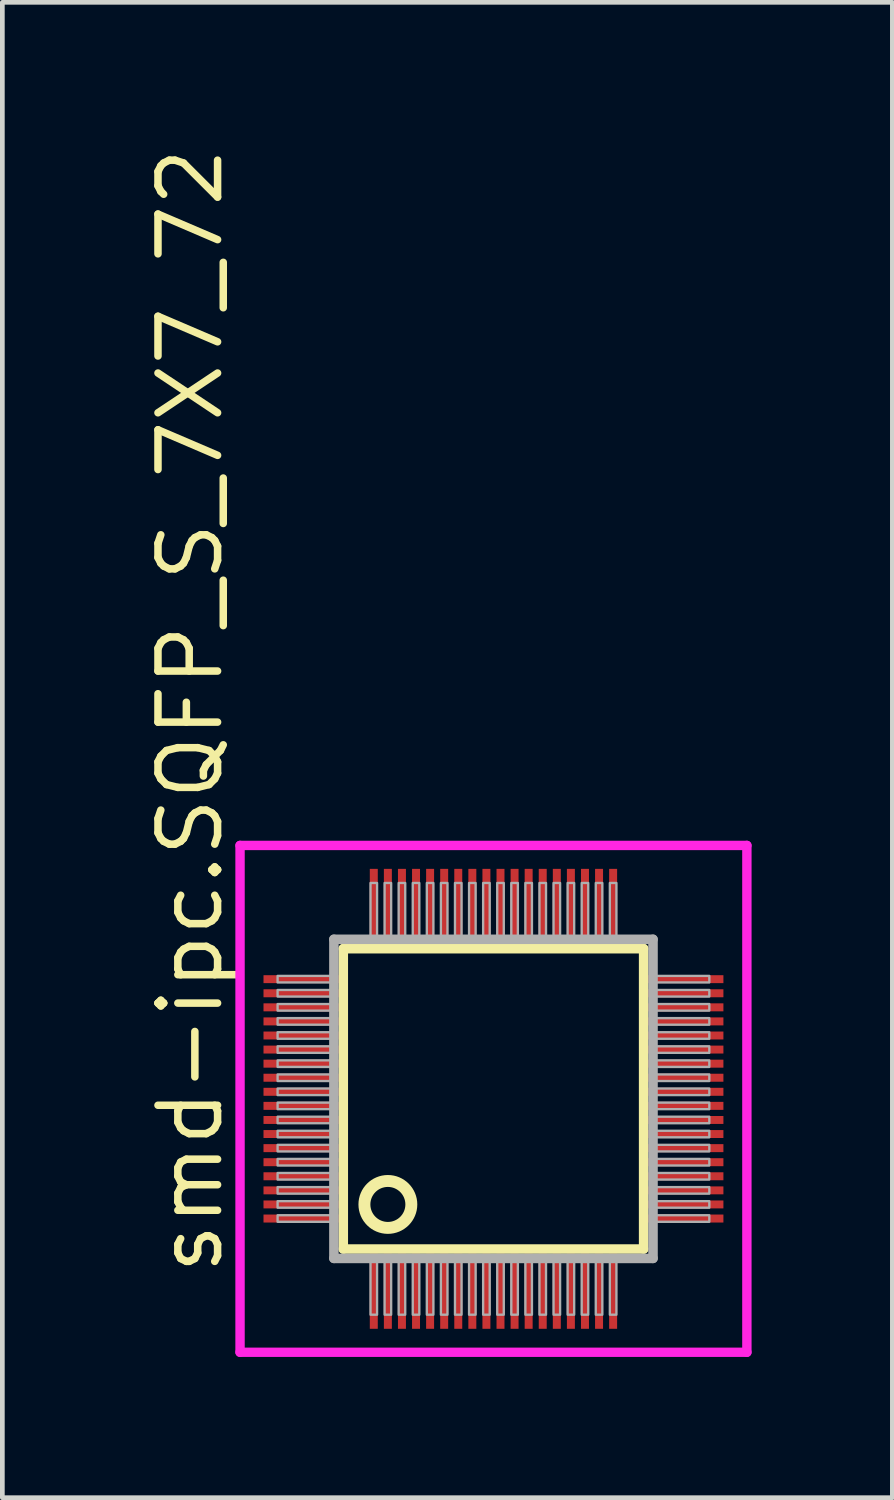
<source format=kicad_pcb>
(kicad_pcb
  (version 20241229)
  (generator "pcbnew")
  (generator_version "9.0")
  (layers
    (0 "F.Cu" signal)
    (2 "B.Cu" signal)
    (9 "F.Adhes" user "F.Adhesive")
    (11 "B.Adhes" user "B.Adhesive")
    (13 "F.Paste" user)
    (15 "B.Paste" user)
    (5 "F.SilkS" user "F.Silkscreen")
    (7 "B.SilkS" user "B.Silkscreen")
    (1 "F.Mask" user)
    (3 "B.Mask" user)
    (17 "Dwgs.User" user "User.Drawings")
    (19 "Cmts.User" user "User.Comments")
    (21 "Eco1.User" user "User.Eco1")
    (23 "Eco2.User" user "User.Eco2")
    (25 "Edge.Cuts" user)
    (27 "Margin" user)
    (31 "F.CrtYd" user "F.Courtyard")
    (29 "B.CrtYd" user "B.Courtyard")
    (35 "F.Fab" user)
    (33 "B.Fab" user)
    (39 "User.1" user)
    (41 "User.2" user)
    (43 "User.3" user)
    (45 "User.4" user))
  (footprint "smd-ipc.SQFP_S_7X7_72"
    (layer "F.Cu")
    (at 7.465 20.365)
    (property "Reference" "smd-ipc.SQFP_S_7X7_72" (at -5.715 3.81 90) (layer "F.SilkS") (effects (font (size 1.27 1.27) (thickness 0.16)) (justify left bottom)))
    (attr smd)
    (fp_line (start -3.2 -3.2) (end 3.2 -3.2) (stroke (width 0.203) (type default)) (layer "F.SilkS"))
    (fp_line (start -3.2 3.2) (end -3.2 -3.2) (stroke (width 0.203) (type default)) (layer "F.SilkS"))
    (fp_line (start 3.2 -3.2) (end 3.2 3.2) (stroke (width 0.203) (type default)) (layer "F.SilkS"))
    (fp_line (start 3.2 3.2) (end -3.2 3.2) (stroke (width 0.203) (type default)) (layer "F.SilkS"))
    (fp_circle (center -2.25 2.25) (end -1.75 2.25) (stroke (width 0.254) (type default)) (fill no) (layer "F.SilkS"))
    (fp_line (start -5.4 -5.4) (end 5.4 -5.4) (stroke (width 0.2) (type default)) (layer "F.CrtYd"))
    (fp_line (start -5.4 5.4) (end -5.4 -5.4) (stroke (width 0.2) (type default)) (layer "F.CrtYd"))
    (fp_line (start 5.4 -5.4) (end 5.4 5.4) (stroke (width 0.2) (type default)) (layer "F.CrtYd"))
    (fp_line (start 5.4 5.4) (end -5.4 5.4) (stroke (width 0.2) (type default)) (layer "F.CrtYd"))
    (fp_line (start -3.4 -3.4) (end -3.4 3.4) (stroke (width 0.203) (type default)) (layer "F.Fab"))
    (fp_line (start -3.4 3.4) (end 3.4 3.4) (stroke (width 0.203) (type default)) (layer "F.Fab"))
    (fp_line (start 3.4 -3.4) (end -3.4 -3.4) (stroke (width 0.203) (type default)) (layer "F.Fab"))
    (fp_line (start 3.4 3.4) (end 3.4 -3.4) (stroke (width 0.203) (type default)) (layer "F.Fab"))
    (fp_rect (start -4.6 -2.48) (end -3.45 -2.62) (stroke (width 0.05) (type default)) (fill no) (layer "F.Fab"))
    (fp_rect (start -4.6 -2.18) (end -3.45 -2.32) (stroke (width 0.05) (type default)) (fill no) (layer "F.Fab"))
    (fp_rect (start -4.6 -1.88) (end -3.45 -2.02) (stroke (width 0.05) (type default)) (fill no) (layer "F.Fab"))
    (fp_rect (start -4.6 -1.58) (end -3.45 -1.72) (stroke (width 0.05) (type default)) (fill no) (layer "F.Fab"))
    (fp_rect (start -4.6 -1.28) (end -3.45 -1.42) (stroke (width 0.05) (type default)) (fill no) (layer "F.Fab"))
    (fp_rect (start -4.6 -0.98) (end -3.45 -1.12) (stroke (width 0.05) (type default)) (fill no) (layer "F.Fab"))
    (fp_rect (start -4.6 -0.68) (end -3.45 -0.82) (stroke (width 0.05) (type default)) (fill no) (layer "F.Fab"))
    (fp_rect (start -4.6 -0.38) (end -3.45 -0.52) (stroke (width 0.05) (type default)) (fill no) (layer "F.Fab"))
    (fp_rect (start -4.6 -0.08) (end -3.45 -0.22) (stroke (width 0.05) (type default)) (fill no) (layer "F.Fab"))
    (fp_rect (start -4.6 0.22) (end -3.45 0.08) (stroke (width 0.05) (type default)) (fill no) (layer "F.Fab"))
    (fp_rect (start -4.6 0.52) (end -3.45 0.38) (stroke (width 0.05) (type default)) (fill no) (layer "F.Fab"))
    (fp_rect (start -4.6 0.82) (end -3.45 0.68) (stroke (width 0.05) (type default)) (fill no) (layer "F.Fab"))
    (fp_rect (start -4.6 1.12) (end -3.45 0.98) (stroke (width 0.05) (type default)) (fill no) (layer "F.Fab"))
    (fp_rect (start -4.6 1.42) (end -3.45 1.28) (stroke (width 0.05) (type default)) (fill no) (layer "F.Fab"))
    (fp_rect (start -4.6 1.72) (end -3.45 1.58) (stroke (width 0.05) (type default)) (fill no) (layer "F.Fab"))
    (fp_rect (start -4.6 2.02) (end -3.45 1.88) (stroke (width 0.05) (type default)) (fill no) (layer "F.Fab"))
    (fp_rect (start -4.6 2.32) (end -3.45 2.18) (stroke (width 0.05) (type default)) (fill no) (layer "F.Fab"))
    (fp_rect (start -4.6 2.62) (end -3.45 2.48) (stroke (width 0.05) (type default)) (fill no) (layer "F.Fab"))
    (fp_rect (start -2.62 -3.45) (end -2.48 -4.6) (stroke (width 0.05) (type default)) (fill no) (layer "F.Fab"))
    (fp_rect (start -2.62 4.6) (end -2.48 3.45) (stroke (width 0.05) (type default)) (fill no) (layer "F.Fab"))
    (fp_rect (start -2.32 -3.45) (end -2.18 -4.6) (stroke (width 0.05) (type default)) (fill no) (layer "F.Fab"))
    (fp_rect (start -2.32 4.6) (end -2.18 3.45) (stroke (width 0.05) (type default)) (fill no) (layer "F.Fab"))
    (fp_rect (start -2.02 -3.45) (end -1.88 -4.6) (stroke (width 0.05) (type default)) (fill no) (layer "F.Fab"))
    (fp_rect (start -2.02 4.6) (end -1.88 3.45) (stroke (width 0.05) (type default)) (fill no) (layer "F.Fab"))
    (fp_rect (start -1.72 -3.45) (end -1.58 -4.6) (stroke (width 0.05) (type default)) (fill no) (layer "F.Fab"))
    (fp_rect (start -1.72 4.6) (end -1.58 3.45) (stroke (width 0.05) (type default)) (fill no) (layer "F.Fab"))
    (fp_rect (start -1.42 -3.45) (end -1.28 -4.6) (stroke (width 0.05) (type default)) (fill no) (layer "F.Fab"))
    (fp_rect (start -1.42 4.6) (end -1.28 3.45) (stroke (width 0.05) (type default)) (fill no) (layer "F.Fab"))
    (fp_rect (start -1.12 -3.45) (end -0.98 -4.6) (stroke (width 0.05) (type default)) (fill no) (layer "F.Fab"))
    (fp_rect (start -1.12 4.6) (end -0.98 3.45) (stroke (width 0.05) (type default)) (fill no) (layer "F.Fab"))
    (fp_rect (start -0.82 -3.45) (end -0.68 -4.6) (stroke (width 0.05) (type default)) (fill no) (layer "F.Fab"))
    (fp_rect (start -0.82 4.6) (end -0.68 3.45) (stroke (width 0.05) (type default)) (fill no) (layer "F.Fab"))
    (fp_rect (start -0.52 -3.45) (end -0.38 -4.6) (stroke (width 0.05) (type default)) (fill no) (layer "F.Fab"))
    (fp_rect (start -0.52 4.6) (end -0.38 3.45) (stroke (width 0.05) (type default)) (fill no) (layer "F.Fab"))
    (fp_rect (start -0.22 -3.45) (end -0.08 -4.6) (stroke (width 0.05) (type default)) (fill no) (layer "F.Fab"))
    (fp_rect (start -0.22 4.6) (end -0.08 3.45) (stroke (width 0.05) (type default)) (fill no) (layer "F.Fab"))
    (fp_rect (start 0.08 -3.45) (end 0.22 -4.6) (stroke (width 0.05) (type default)) (fill no) (layer "F.Fab"))
    (fp_rect (start 0.08 4.6) (end 0.22 3.45) (stroke (width 0.05) (type default)) (fill no) (layer "F.Fab"))
    (fp_rect (start 0.38 -3.45) (end 0.52 -4.6) (stroke (width 0.05) (type default)) (fill no) (layer "F.Fab"))
    (fp_rect (start 0.38 4.6) (end 0.52 3.45) (stroke (width 0.05) (type default)) (fill no) (layer "F.Fab"))
    (fp_rect (start 0.68 -3.45) (end 0.82 -4.6) (stroke (width 0.05) (type default)) (fill no) (layer "F.Fab"))
    (fp_rect (start 0.68 4.6) (end 0.82 3.45) (stroke (width 0.05) (type default)) (fill no) (layer "F.Fab"))
    (fp_rect (start 0.98 -3.45) (end 1.12 -4.6) (stroke (width 0.05) (type default)) (fill no) (layer "F.Fab"))
    (fp_rect (start 0.98 4.6) (end 1.12 3.45) (stroke (width 0.05) (type default)) (fill no) (layer "F.Fab"))
    (fp_rect (start 1.28 -3.45) (end 1.42 -4.6) (stroke (width 0.05) (type default)) (fill no) (layer "F.Fab"))
    (fp_rect (start 1.28 4.6) (end 1.42 3.45) (stroke (width 0.05) (type default)) (fill no) (layer "F.Fab"))
    (fp_rect (start 1.58 -3.45) (end 1.72 -4.6) (stroke (width 0.05) (type default)) (fill no) (layer "F.Fab"))
    (fp_rect (start 1.58 4.6) (end 1.72 3.45) (stroke (width 0.05) (type default)) (fill no) (layer "F.Fab"))
    (fp_rect (start 1.88 -3.45) (end 2.02 -4.6) (stroke (width 0.05) (type default)) (fill no) (layer "F.Fab"))
    (fp_rect (start 1.88 4.6) (end 2.02 3.45) (stroke (width 0.05) (type default)) (fill no) (layer "F.Fab"))
    (fp_rect (start 2.18 -3.45) (end 2.32 -4.6) (stroke (width 0.05) (type default)) (fill no) (layer "F.Fab"))
    (fp_rect (start 2.18 4.6) (end 2.32 3.45) (stroke (width 0.05) (type default)) (fill no) (layer "F.Fab"))
    (fp_rect (start 2.48 -3.45) (end 2.62 -4.6) (stroke (width 0.05) (type default)) (fill no) (layer "F.Fab"))
    (fp_rect (start 2.48 4.6) (end 2.62 3.45) (stroke (width 0.05) (type default)) (fill no) (layer "F.Fab"))
    (fp_rect (start 3.45 -2.48) (end 4.6 -2.62) (stroke (width 0.05) (type default)) (fill no) (layer "F.Fab"))
    (fp_rect (start 3.45 -2.18) (end 4.6 -2.32) (stroke (width 0.05) (type default)) (fill no) (layer "F.Fab"))
    (fp_rect (start 3.45 -1.88) (end 4.6 -2.02) (stroke (width 0.05) (type default)) (fill no) (layer "F.Fab"))
    (fp_rect (start 3.45 -1.58) (end 4.6 -1.72) (stroke (width 0.05) (type default)) (fill no) (layer "F.Fab"))
    (fp_rect (start 3.45 -1.28) (end 4.6 -1.42) (stroke (width 0.05) (type default)) (fill no) (layer "F.Fab"))
    (fp_rect (start 3.45 -0.98) (end 4.6 -1.12) (stroke (width 0.05) (type default)) (fill no) (layer "F.Fab"))
    (fp_rect (start 3.45 -0.68) (end 4.6 -0.82) (stroke (width 0.05) (type default)) (fill no) (layer "F.Fab"))
    (fp_rect (start 3.45 -0.38) (end 4.6 -0.52) (stroke (width 0.05) (type default)) (fill no) (layer "F.Fab"))
    (fp_rect (start 3.45 -0.08) (end 4.6 -0.22) (stroke (width 0.05) (type default)) (fill no) (layer "F.Fab"))
    (fp_rect (start 3.45 0.22) (end 4.6 0.08) (stroke (width 0.05) (type default)) (fill no) (layer "F.Fab"))
    (fp_rect (start 3.45 0.52) (end 4.6 0.38) (stroke (width 0.05) (type default)) (fill no) (layer "F.Fab"))
    (fp_rect (start 3.45 0.82) (end 4.6 0.68) (stroke (width 0.05) (type default)) (fill no) (layer "F.Fab"))
    (fp_rect (start 3.45 1.12) (end 4.6 0.98) (stroke (width 0.05) (type default)) (fill no) (layer "F.Fab"))
    (fp_rect (start 3.45 1.42) (end 4.6 1.28) (stroke (width 0.05) (type default)) (fill no) (layer "F.Fab"))
    (fp_rect (start 3.45 1.72) (end 4.6 1.58) (stroke (width 0.05) (type default)) (fill no) (layer "F.Fab"))
    (fp_rect (start 3.45 2.02) (end 4.6 1.88) (stroke (width 0.05) (type default)) (fill no) (layer "F.Fab"))
    (fp_rect (start 3.45 2.32) (end 4.6 2.18) (stroke (width 0.05) (type default)) (fill no) (layer "F.Fab"))
    (fp_rect (start 3.45 2.62) (end 4.6 2.48) (stroke (width 0.05) (type default)) (fill no) (layer "F.Fab"))
    (pad "1" smd roundrect (at -2.55 4.1) (size 0.17 1.6) (layers "F.Cu" "F.Mask" "F.Paste") (roundrect_rratio 0.01))
    (pad "2" smd roundrect (at -2.25 4.1) (size 0.17 1.6) (layers "F.Cu" "F.Mask" "F.Paste") (roundrect_rratio 0.01))
    (pad "3" smd roundrect (at -1.95 4.1) (size 0.17 1.6) (layers "F.Cu" "F.Mask" "F.Paste") (roundrect_rratio 0.01))
    (pad "4" smd roundrect (at -1.65 4.1) (size 0.17 1.6) (layers "F.Cu" "F.Mask" "F.Paste") (roundrect_rratio 0.01))
    (pad "5" smd roundrect (at -1.35 4.1) (size 0.17 1.6) (layers "F.Cu" "F.Mask" "F.Paste") (roundrect_rratio 0.01))
    (pad "6" smd roundrect (at -1.05 4.1) (size 0.17 1.6) (layers "F.Cu" "F.Mask" "F.Paste") (roundrect_rratio 0.01))
    (pad "7" smd roundrect (at -0.75 4.1) (size 0.17 1.6) (layers "F.Cu" "F.Mask" "F.Paste") (roundrect_rratio 0.01))
    (pad "8" smd roundrect (at -0.45 4.1) (size 0.17 1.6) (layers "F.Cu" "F.Mask" "F.Paste") (roundrect_rratio 0.01))
    (pad "9" smd roundrect (at -0.15 4.1) (size 0.17 1.6) (layers "F.Cu" "F.Mask" "F.Paste") (roundrect_rratio 0.01))
    (pad "10" smd roundrect (at 0.15 4.1) (size 0.17 1.6) (layers "F.Cu" "F.Mask" "F.Paste") (roundrect_rratio 0.01))
    (pad "11" smd roundrect (at 0.45 4.1) (size 0.17 1.6) (layers "F.Cu" "F.Mask" "F.Paste") (roundrect_rratio 0.01))
    (pad "12" smd roundrect (at 0.75 4.1) (size 0.17 1.6) (layers "F.Cu" "F.Mask" "F.Paste") (roundrect_rratio 0.01))
    (pad "13" smd roundrect (at 1.05 4.1) (size 0.17 1.6) (layers "F.Cu" "F.Mask" "F.Paste") (roundrect_rratio 0.01))
    (pad "14" smd roundrect (at 1.35 4.1) (size 0.17 1.6) (layers "F.Cu" "F.Mask" "F.Paste") (roundrect_rratio 0.01))
    (pad "15" smd roundrect (at 1.65 4.1) (size 0.17 1.6) (layers "F.Cu" "F.Mask" "F.Paste") (roundrect_rratio 0.01))
    (pad "16" smd roundrect (at 1.95 4.1) (size 0.17 1.6) (layers "F.Cu" "F.Mask" "F.Paste") (roundrect_rratio 0.01))
    (pad "17" smd roundrect (at 2.25 4.1) (size 0.17 1.6) (layers "F.Cu" "F.Mask" "F.Paste") (roundrect_rratio 0.01))
    (pad "18" smd roundrect (at 2.55 4.1) (size 0.17 1.6) (layers "F.Cu" "F.Mask" "F.Paste") (roundrect_rratio 0.01))
    (pad "19" smd roundrect (at 4.1 2.55) (size 1.6 0.17) (layers "F.Cu" "F.Mask" "F.Paste") (roundrect_rratio 0.01))
    (pad "20" smd roundrect (at 4.1 2.25) (size 1.6 0.17) (layers "F.Cu" "F.Mask" "F.Paste") (roundrect_rratio 0.01))
    (pad "21" smd roundrect (at 4.1 1.95) (size 1.6 0.17) (layers "F.Cu" "F.Mask" "F.Paste") (roundrect_rratio 0.01))
    (pad "22" smd roundrect (at 4.1 1.65) (size 1.6 0.17) (layers "F.Cu" "F.Mask" "F.Paste") (roundrect_rratio 0.01))
    (pad "23" smd roundrect (at 4.1 1.35) (size 1.6 0.17) (layers "F.Cu" "F.Mask" "F.Paste") (roundrect_rratio 0.01))
    (pad "24" smd roundrect (at 4.1 1.05) (size 1.6 0.17) (layers "F.Cu" "F.Mask" "F.Paste") (roundrect_rratio 0.01))
    (pad "25" smd roundrect (at 4.1 0.75) (size 1.6 0.17) (layers "F.Cu" "F.Mask" "F.Paste") (roundrect_rratio 0.01))
    (pad "26" smd roundrect (at 4.1 0.45) (size 1.6 0.17) (layers "F.Cu" "F.Mask" "F.Paste") (roundrect_rratio 0.01))
    (pad "27" smd roundrect (at 4.1 0.15) (size 1.6 0.17) (layers "F.Cu" "F.Mask" "F.Paste") (roundrect_rratio 0.01))
    (pad "28" smd roundrect (at 4.1 -0.15) (size 1.6 0.17) (layers "F.Cu" "F.Mask" "F.Paste") (roundrect_rratio 0.01))
    (pad "29" smd roundrect (at 4.1 -0.45) (size 1.6 0.17) (layers "F.Cu" "F.Mask" "F.Paste") (roundrect_rratio 0.01))
    (pad "30" smd roundrect (at 4.1 -0.75) (size 1.6 0.17) (layers "F.Cu" "F.Mask" "F.Paste") (roundrect_rratio 0.01))
    (pad "31" smd roundrect (at 4.1 -1.05) (size 1.6 0.17) (layers "F.Cu" "F.Mask" "F.Paste") (roundrect_rratio 0.01))
    (pad "32" smd roundrect (at 4.1 -1.35) (size 1.6 0.17) (layers "F.Cu" "F.Mask" "F.Paste") (roundrect_rratio 0.01))
    (pad "33" smd roundrect (at 4.1 -1.65) (size 1.6 0.17) (layers "F.Cu" "F.Mask" "F.Paste") (roundrect_rratio 0.01))
    (pad "34" smd roundrect (at 4.1 -1.95) (size 1.6 0.17) (layers "F.Cu" "F.Mask" "F.Paste") (roundrect_rratio 0.01))
    (pad "35" smd roundrect (at 4.1 -2.25) (size 1.6 0.17) (layers "F.Cu" "F.Mask" "F.Paste") (roundrect_rratio 0.01))
    (pad "36" smd roundrect (at 4.1 -2.55) (size 1.6 0.17) (layers "F.Cu" "F.Mask" "F.Paste") (roundrect_rratio 0.01))
    (pad "37" smd roundrect (at 2.55 -4.1) (size 0.17 1.6) (layers "F.Cu" "F.Mask" "F.Paste") (roundrect_rratio 0.01))
    (pad "38" smd roundrect (at 2.25 -4.1) (size 0.17 1.6) (layers "F.Cu" "F.Mask" "F.Paste") (roundrect_rratio 0.01))
    (pad "39" smd roundrect (at 1.95 -4.1) (size 0.17 1.6) (layers "F.Cu" "F.Mask" "F.Paste") (roundrect_rratio 0.01))
    (pad "40" smd roundrect (at 1.65 -4.1) (size 0.17 1.6) (layers "F.Cu" "F.Mask" "F.Paste") (roundrect_rratio 0.01))
    (pad "41" smd roundrect (at 1.35 -4.1) (size 0.17 1.6) (layers "F.Cu" "F.Mask" "F.Paste") (roundrect_rratio 0.01))
    (pad "42" smd roundrect (at 1.05 -4.1) (size 0.17 1.6) (layers "F.Cu" "F.Mask" "F.Paste") (roundrect_rratio 0.01))
    (pad "43" smd roundrect (at 0.75 -4.1) (size 0.17 1.6) (layers "F.Cu" "F.Mask" "F.Paste") (roundrect_rratio 0.01))
    (pad "44" smd roundrect (at 0.45 -4.1) (size 0.17 1.6) (layers "F.Cu" "F.Mask" "F.Paste") (roundrect_rratio 0.01))
    (pad "45" smd roundrect (at 0.15 -4.1) (size 0.17 1.6) (layers "F.Cu" "F.Mask" "F.Paste") (roundrect_rratio 0.01))
    (pad "46" smd roundrect (at -0.15 -4.1) (size 0.17 1.6) (layers "F.Cu" "F.Mask" "F.Paste") (roundrect_rratio 0.01))
    (pad "47" smd roundrect (at -0.45 -4.1) (size 0.17 1.6) (layers "F.Cu" "F.Mask" "F.Paste") (roundrect_rratio 0.01))
    (pad "48" smd roundrect (at -0.75 -4.1) (size 0.17 1.6) (layers "F.Cu" "F.Mask" "F.Paste") (roundrect_rratio 0.01))
    (pad "49" smd roundrect (at -1.05 -4.1) (size 0.17 1.6) (layers "F.Cu" "F.Mask" "F.Paste") (roundrect_rratio 0.01))
    (pad "50" smd roundrect (at -1.35 -4.1) (size 0.17 1.6) (layers "F.Cu" "F.Mask" "F.Paste") (roundrect_rratio 0.01))
    (pad "51" smd roundrect (at -1.65 -4.1) (size 0.17 1.6) (layers "F.Cu" "F.Mask" "F.Paste") (roundrect_rratio 0.01))
    (pad "52" smd roundrect (at -1.95 -4.1) (size 0.17 1.6) (layers "F.Cu" "F.Mask" "F.Paste") (roundrect_rratio 0.01))
    (pad "53" smd roundrect (at -2.25 -4.1) (size 0.17 1.6) (layers "F.Cu" "F.Mask" "F.Paste") (roundrect_rratio 0.01))
    (pad "54" smd roundrect (at -2.55 -4.1) (size 0.17 1.6) (layers "F.Cu" "F.Mask" "F.Paste") (roundrect_rratio 0.01))
    (pad "55" smd roundrect (at -4.1 -2.55) (size 1.6 0.17) (layers "F.Cu" "F.Mask" "F.Paste") (roundrect_rratio 0.01))
    (pad "56" smd roundrect (at -4.1 -2.25) (size 1.6 0.17) (layers "F.Cu" "F.Mask" "F.Paste") (roundrect_rratio 0.01))
    (pad "57" smd roundrect (at -4.1 -1.95) (size 1.6 0.17) (layers "F.Cu" "F.Mask" "F.Paste") (roundrect_rratio 0.01))
    (pad "58" smd roundrect (at -4.1 -1.65) (size 1.6 0.17) (layers "F.Cu" "F.Mask" "F.Paste") (roundrect_rratio 0.01))
    (pad "59" smd roundrect (at -4.1 -1.35) (size 1.6 0.17) (layers "F.Cu" "F.Mask" "F.Paste") (roundrect_rratio 0.01))
    (pad "60" smd roundrect (at -4.1 -1.05) (size 1.6 0.17) (layers "F.Cu" "F.Mask" "F.Paste") (roundrect_rratio 0.01))
    (pad "61" smd roundrect (at -4.1 -0.75) (size 1.6 0.17) (layers "F.Cu" "F.Mask" "F.Paste") (roundrect_rratio 0.01))
    (pad "62" smd roundrect (at -4.1 -0.45) (size 1.6 0.17) (layers "F.Cu" "F.Mask" "F.Paste") (roundrect_rratio 0.01))
    (pad "63" smd roundrect (at -4.1 -0.15) (size 1.6 0.17) (layers "F.Cu" "F.Mask" "F.Paste") (roundrect_rratio 0.01))
    (pad "64" smd roundrect (at -4.1 0.15) (size 1.6 0.17) (layers "F.Cu" "F.Mask" "F.Paste") (roundrect_rratio 0.01))
    (pad "65" smd roundrect (at -4.1 0.45) (size 1.6 0.17) (layers "F.Cu" "F.Mask" "F.Paste") (roundrect_rratio 0.01))
    (pad "66" smd roundrect (at -4.1 0.75) (size 1.6 0.17) (layers "F.Cu" "F.Mask" "F.Paste") (roundrect_rratio 0.01))
    (pad "67" smd roundrect (at -4.1 1.05) (size 1.6 0.17) (layers "F.Cu" "F.Mask" "F.Paste") (roundrect_rratio 0.01))
    (pad "68" smd roundrect (at -4.1 1.35) (size 1.6 0.17) (layers "F.Cu" "F.Mask" "F.Paste") (roundrect_rratio 0.01))
    (pad "69" smd roundrect (at -4.1 1.65) (size 1.6 0.17) (layers "F.Cu" "F.Mask" "F.Paste") (roundrect_rratio 0.01))
    (pad "70" smd roundrect (at -4.1 1.95) (size 1.6 0.17) (layers "F.Cu" "F.Mask" "F.Paste") (roundrect_rratio 0.01))
    (pad "71" smd roundrect (at -4.1 2.25) (size 1.6 0.17) (layers "F.Cu" "F.Mask" "F.Paste") (roundrect_rratio 0.01))
    (pad "72" smd roundrect (at -4.1 2.55) (size 1.6 0.17) (layers "F.Cu" "F.Mask" "F.Paste") (roundrect_rratio 0.01)))
  (gr_rect
    (start -3 -3)
    (end 15.965 28.864)
    (stroke (width 0.1) (type default))
    (fill no)
    (layer "Edge.Cuts")))
</source>
